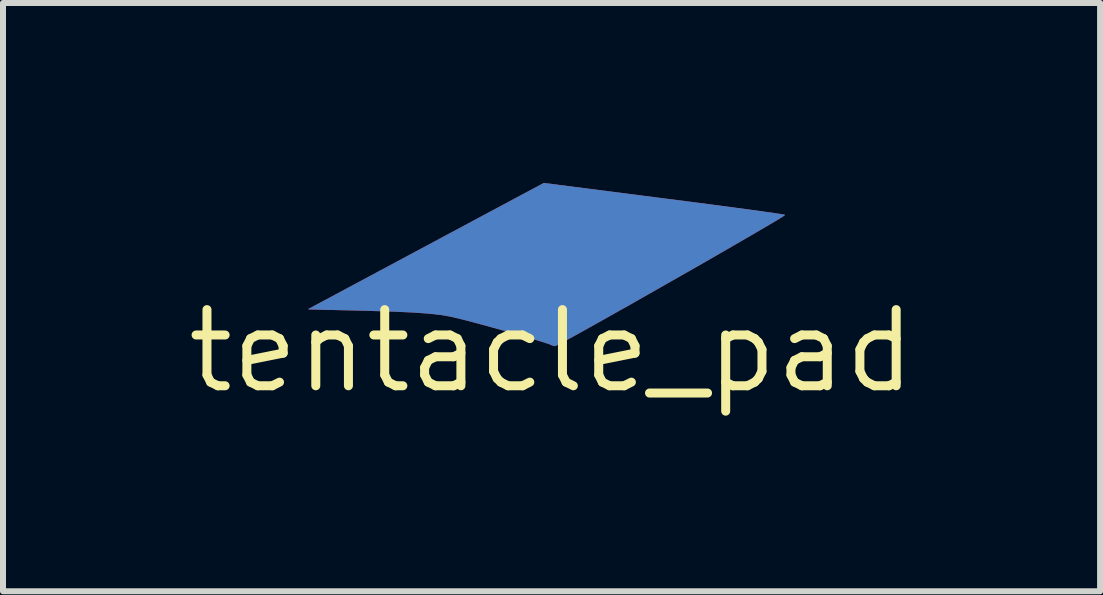
<source format=kicad_pcb>
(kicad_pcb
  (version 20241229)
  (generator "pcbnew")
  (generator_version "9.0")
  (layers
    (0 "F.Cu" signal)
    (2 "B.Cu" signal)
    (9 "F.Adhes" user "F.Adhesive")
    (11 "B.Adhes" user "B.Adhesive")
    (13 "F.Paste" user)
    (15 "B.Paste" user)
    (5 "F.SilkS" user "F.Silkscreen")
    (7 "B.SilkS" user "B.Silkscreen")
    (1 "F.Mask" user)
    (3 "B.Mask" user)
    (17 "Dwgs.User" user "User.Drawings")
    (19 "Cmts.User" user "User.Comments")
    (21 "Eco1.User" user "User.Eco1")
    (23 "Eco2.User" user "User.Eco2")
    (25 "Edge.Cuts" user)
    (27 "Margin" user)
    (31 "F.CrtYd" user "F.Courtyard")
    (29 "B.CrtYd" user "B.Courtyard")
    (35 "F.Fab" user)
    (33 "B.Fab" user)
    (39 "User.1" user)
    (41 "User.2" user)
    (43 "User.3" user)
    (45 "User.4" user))
  (footprint "tentacle_pad"
    (layer "F.Cu")
    (at 6.146 2.802)
    (property "Reference" "tentacle_pad" (at 0 0 0) (layer "F.SilkS") (effects (font (size 1.27 1.27) (thickness 0.15))))
    (attr smd)
    (fp_poly (pts (xy 1.87 -2.54) (xy 2.271 -2.489) (xy 2.647 -2.44) (xy 2.987 -2.395) (xy 3.285 -2.355) (xy 3.532 -2.321) (xy 3.72 -2.294) (xy 3.84 -2.276) (xy 3.885 -2.268) (xy 3.885 -2.268) (xy 3.853 -2.244) (xy 3.755 -2.184) (xy 3.6 -2.092) (xy 3.396 -1.973) (xy 3.152 -1.831) (xy 2.875 -1.671) (xy 2.575 -1.498) (xy 2.258 -1.317) (xy 1.934 -1.133) (xy 1.611 -0.949) (xy 1.298 -0.771) (xy 1.001 -0.604) (xy 0.731 -0.452) (xy 0.494 -0.32) (xy 0.3 -0.213) (xy 0.157 -0.136) (xy 0.073 -0.092) (xy 0.054 -0.085) (xy -0.002 -0.101) (xy -0.004 -0.103) (xy -0.052 -0.123) (xy -0.168 -0.16) (xy -0.335 -0.211) (xy -0.54 -0.271) (xy -0.766 -0.335) (xy -1 -0.4) (xy -1.227 -0.462) (xy -1.431 -0.516) (xy -1.598 -0.557) (xy -1.672 -0.575) (xy -1.836 -0.604) (xy -2.044 -0.627) (xy -2.305 -0.646) (xy -2.629 -0.661) (xy -3.028 -0.673) (xy -3.03 -0.674) (xy -4.05 -0.699) (xy -2.089 -1.748) (xy -0.129 -2.797) (xy 1.87 -2.54)) (stroke (width 0.01) (type solid)) (fill yes) (layer "F.Mask"))
    (fp_poly (pts (xy 1.87 -2.54) (xy 2.271 -2.489) (xy 2.647 -2.44) (xy 2.987 -2.395) (xy 3.285 -2.355) (xy 3.532 -2.321) (xy 3.72 -2.294) (xy 3.84 -2.276) (xy 3.885 -2.268) (xy 3.885 -2.268) (xy 3.853 -2.244) (xy 3.755 -2.184) (xy 3.6 -2.092) (xy 3.396 -1.973) (xy 3.152 -1.831) (xy 2.875 -1.671) (xy 2.575 -1.498) (xy 2.258 -1.317) (xy 1.934 -1.133) (xy 1.611 -0.949) (xy 1.298 -0.771) (xy 1.001 -0.604) (xy 0.731 -0.452) (xy 0.494 -0.32) (xy 0.3 -0.213) (xy 0.157 -0.136) (xy 0.073 -0.092) (xy 0.054 -0.085) (xy -0.002 -0.101) (xy -0.004 -0.103) (xy -0.052 -0.123) (xy -0.168 -0.16) (xy -0.335 -0.211) (xy -0.54 -0.271) (xy -0.766 -0.335) (xy -1 -0.4) (xy -1.227 -0.462) (xy -1.431 -0.516) (xy -1.598 -0.557) (xy -1.672 -0.575) (xy -1.836 -0.604) (xy -2.044 -0.627) (xy -2.305 -0.646) (xy -2.629 -0.661) (xy -3.028 -0.673) (xy -3.03 -0.674) (xy -4.05 -0.699) (xy -2.089 -1.748) (xy -0.129 -2.797) (xy 1.87 -2.54)) (stroke (width 0.01) (type solid)) (fill yes) (layer "B.Mask"))
    (pad "1" smd custom (at 0 -1.27) (size 1.524 1.524) (layers "F.Cu" "F.Mask" "F.Paste") (options (anchor circle)) (primitives (gr_poly (pts (xy 1.87 -1.27) (xy 2.271 -1.219) (xy 2.647 -1.17) (xy 2.987 -1.125) (xy 3.285 -1.085) (xy 3.532 -1.051) (xy 3.72 -1.024) (xy 3.84 -1.006) (xy 3.885 -0.998) (xy 3.885 -0.998) (xy 3.853 -0.974) (xy 3.755 -0.914) (xy 3.6 -0.822) (xy 3.396 -0.703) (xy 3.152 -0.561) (xy 2.875 -0.401) (xy 2.575 -0.228) (xy 2.258 -0.047) (xy 1.934 0.137) (xy 1.611 0.321) (xy 1.298 0.499) (xy 1.001 0.666) (xy 0.731 0.818) (xy 0.494 0.95) (xy 0.3 1.057) (xy 0.157 1.134) (xy 0.073 1.178) (xy 0.054 1.185) (xy -0.002 1.169) (xy -0.004 1.167) (xy -0.052 1.147) (xy -0.168 1.11) (xy -0.335 1.059) (xy -0.54 0.999) (xy -0.766 0.935) (xy -1 0.87) (xy -1.227 0.808) (xy -1.431 0.754) (xy -1.598 0.713) (xy -1.672 0.695) (xy -1.836 0.666) (xy -2.044 0.643) (xy -2.305 0.624) (xy -2.629 0.609) (xy -3.028 0.597) (xy -3.03 0.596) (xy -4.05 0.572) (xy -2.089 -0.478) (xy -0.129 -1.527) (xy 1.87 -1.27)) (width 0.01) (fill yes))))
    (pad "2" smd custom (at 0 -1.27) (size 1.524 1.524) (layers "F.Mask" "B.Cu" "F.Paste") (options (anchor circle)) (primitives (gr_poly (pts (xy 1.87 -1.27) (xy 2.271 -1.219) (xy 2.647 -1.17) (xy 2.987 -1.125) (xy 3.285 -1.085) (xy 3.532 -1.051) (xy 3.72 -1.024) (xy 3.84 -1.006) (xy 3.885 -0.998) (xy 3.885 -0.998) (xy 3.853 -0.974) (xy 3.755 -0.914) (xy 3.6 -0.822) (xy 3.396 -0.703) (xy 3.152 -0.561) (xy 2.875 -0.401) (xy 2.575 -0.228) (xy 2.258 -0.047) (xy 1.934 0.137) (xy 1.611 0.321) (xy 1.298 0.499) (xy 1.001 0.666) (xy 0.731 0.818) (xy 0.494 0.95) (xy 0.3 1.057) (xy 0.157 1.134) (xy 0.073 1.178) (xy 0.054 1.185) (xy -0.002 1.169) (xy -0.004 1.167) (xy -0.052 1.147) (xy -0.168 1.11) (xy -0.335 1.059) (xy -0.54 0.999) (xy -0.766 0.935) (xy -1 0.87) (xy -1.227 0.808) (xy -1.431 0.754) (xy -1.598 0.713) (xy -1.672 0.695) (xy -1.836 0.666) (xy -2.044 0.643) (xy -2.305 0.624) (xy -2.629 0.609) (xy -3.028 0.597) (xy -3.03 0.596) (xy -4.05 0.572) (xy -2.089 -0.478) (xy -0.129 -1.527) (xy 1.87 -1.27)) (width 0.01) (fill yes)))))
  (gr_rect
    (start -3 -3)
    (end 15.291 6.808)
    (stroke (width 0.1) (type default))
    (fill no)
    (layer "Edge.Cuts")))
</source>
